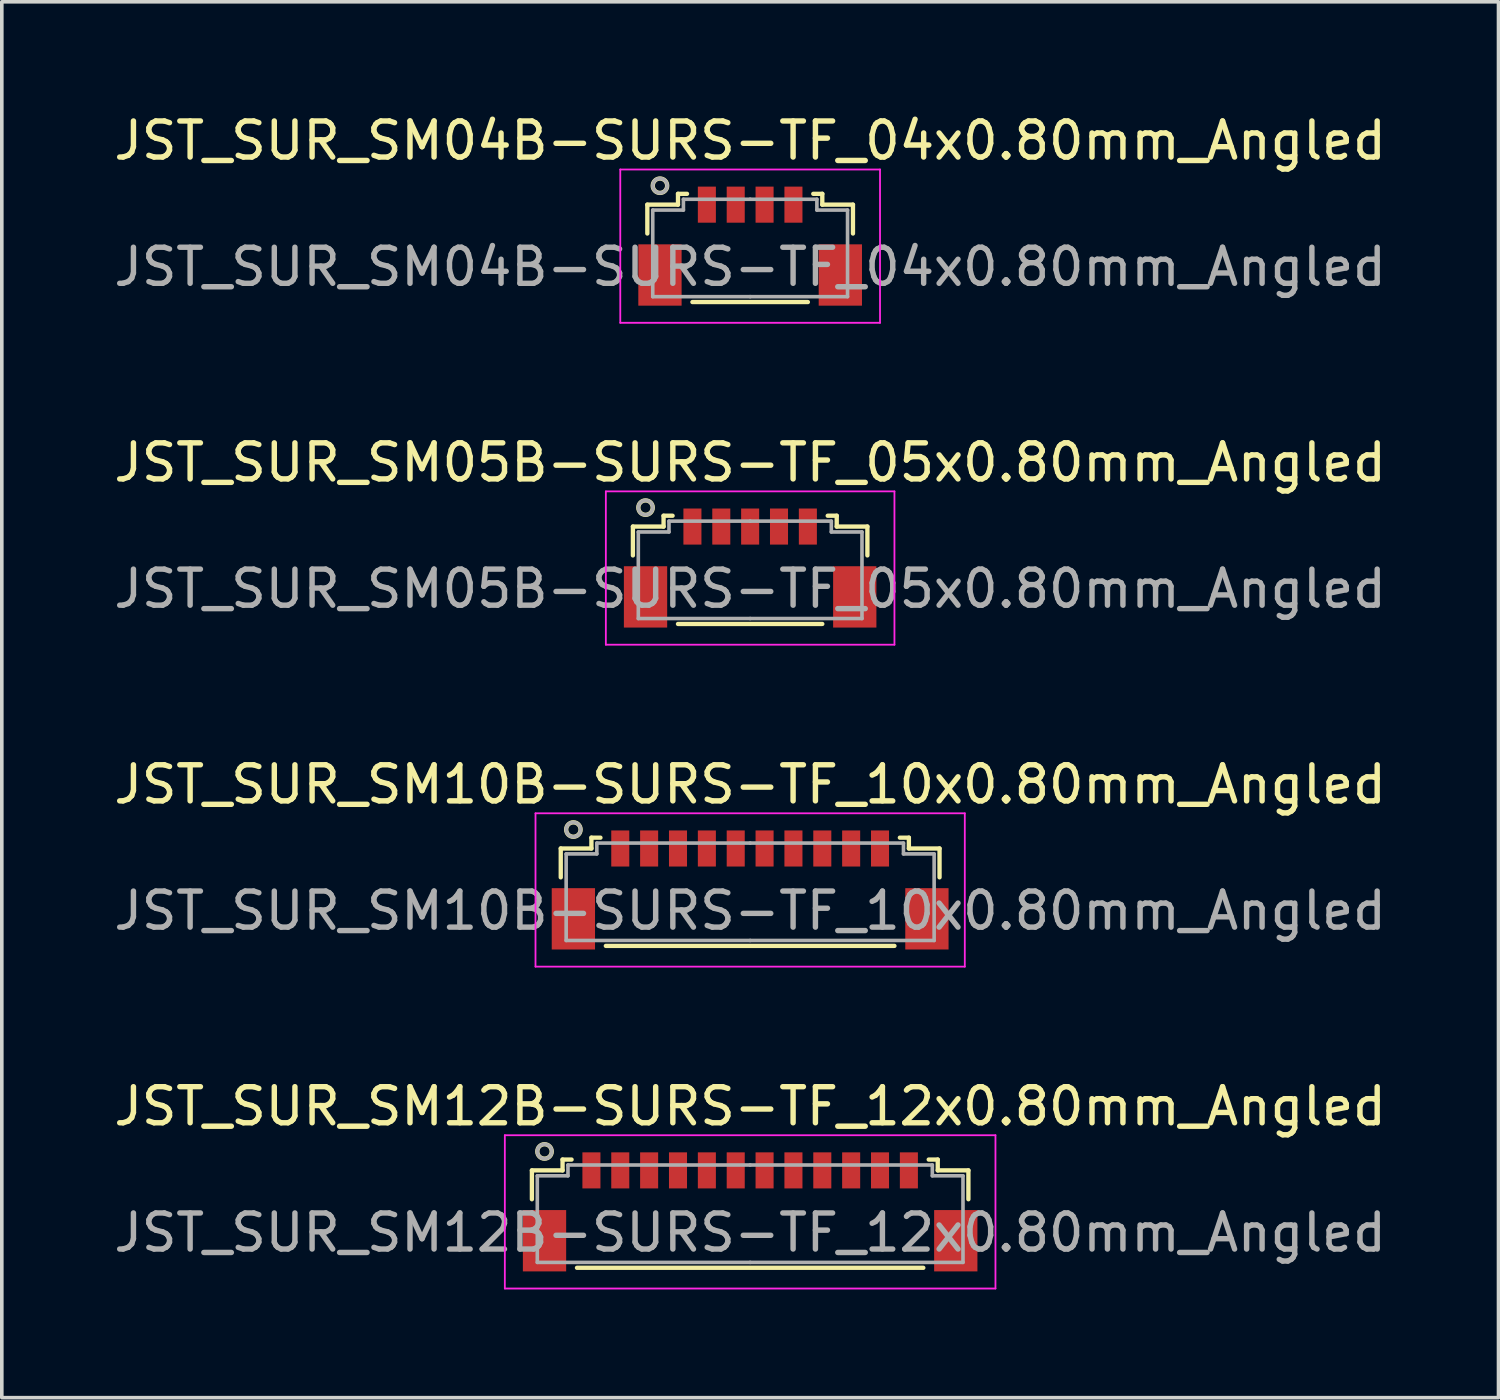
<source format=kicad_pcb>
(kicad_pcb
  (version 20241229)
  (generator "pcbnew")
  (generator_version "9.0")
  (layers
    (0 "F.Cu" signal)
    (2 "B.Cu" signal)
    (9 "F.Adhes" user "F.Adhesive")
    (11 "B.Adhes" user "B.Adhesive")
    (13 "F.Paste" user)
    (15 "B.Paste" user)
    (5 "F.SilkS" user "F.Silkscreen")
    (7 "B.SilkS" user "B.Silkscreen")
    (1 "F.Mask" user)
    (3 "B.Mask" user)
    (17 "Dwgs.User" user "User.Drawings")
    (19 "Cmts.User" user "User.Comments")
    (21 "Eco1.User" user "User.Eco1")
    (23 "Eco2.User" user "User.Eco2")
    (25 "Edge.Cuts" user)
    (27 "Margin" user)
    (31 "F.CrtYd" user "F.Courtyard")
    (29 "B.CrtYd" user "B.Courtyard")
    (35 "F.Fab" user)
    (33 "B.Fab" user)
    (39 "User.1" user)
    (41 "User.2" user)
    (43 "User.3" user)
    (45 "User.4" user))
  (footprint "JST_SUR_SM12B-SURS-TF_12x0.80mm_Angled"
    (layer "F.Cu")
    (at 17.744 30.368)
    (property "Reference" "JST_SUR_SM12B-SURS-TF_12x0.80mm_Angled" (at 0 -2.75 0) (layer "F.SilkS") (effects (font (size 1 1) (thickness 0.15))))
    (attr smd)
    (fp_line (start -6.05 -0.975) (end -6.05 -0.175) (stroke (width 0.12) (type solid)) (layer "F.SilkS"))
    (fp_line (start -5.2 -1.275) (end -5.2 -0.975) (stroke (width 0.12) (type solid)) (layer "F.SilkS"))
    (fp_line (start -5.2 -0.975) (end -6.05 -0.975) (stroke (width 0.12) (type solid)) (layer "F.SilkS"))
    (fp_line (start -4.95 -1.275) (end -5.2 -1.275) (stroke (width 0.12) (type solid)) (layer "F.SilkS"))
    (fp_line (start -4.8 1.725) (end 4.8 1.725) (stroke (width 0.12) (type solid)) (layer "F.SilkS"))
    (fp_line (start 4.95 -1.275) (end 5.2 -1.275) (stroke (width 0.12) (type solid)) (layer "F.SilkS"))
    (fp_line (start 5.2 -1.275) (end 5.2 -0.975) (stroke (width 0.12) (type solid)) (layer "F.SilkS"))
    (fp_line (start 5.2 -0.975) (end 6.05 -0.975) (stroke (width 0.12) (type solid)) (layer "F.SilkS"))
    (fp_line (start 6.05 -0.975) (end 6.05 -0.175) (stroke (width 0.12) (type solid)) (layer "F.SilkS"))
    (fp_circle (center -5.7 -1.5) (end -5.5 -1.5) (stroke (width 0.12) (type solid)) (fill no) (layer "F.SilkS"))
    (fp_line (start -6.8 -1.95) (end 6.8 -1.95) (stroke (width 0.05) (type solid)) (layer "F.CrtYd"))
    (fp_line (start -6.8 2.3) (end -6.8 -1.95) (stroke (width 0.05) (type solid)) (layer "F.CrtYd"))
    (fp_line (start 6.8 -1.95) (end 6.8 2.3) (stroke (width 0.05) (type solid)) (layer "F.CrtYd"))
    (fp_line (start 6.8 2.3) (end -6.8 2.3) (stroke (width 0.05) (type solid)) (layer "F.CrtYd"))
    (fp_line (start -5.9 -0.825) (end -5.9 1.575) (stroke (width 0.1) (type solid)) (layer "F.Fab"))
    (fp_line (start -5.9 1.575) (end 0 1.575) (stroke (width 0.1) (type solid)) (layer "F.Fab"))
    (fp_line (start -5.05 -1.125) (end -5.05 -0.825) (stroke (width 0.1) (type solid)) (layer "F.Fab"))
    (fp_line (start -5.05 -0.825) (end -5.9 -0.825) (stroke (width 0.1) (type solid)) (layer "F.Fab"))
    (fp_line (start 0 -1.125) (end -5.05 -1.125) (stroke (width 0.1) (type solid)) (layer "F.Fab"))
    (fp_line (start 0 -1.125) (end 5.05 -1.125) (stroke (width 0.1) (type solid)) (layer "F.Fab"))
    (fp_line (start 5.05 -1.125) (end 5.05 -0.825) (stroke (width 0.1) (type solid)) (layer "F.Fab"))
    (fp_line (start 5.05 -0.825) (end 5.9 -0.825) (stroke (width 0.1) (type solid)) (layer "F.Fab"))
    (fp_line (start 5.9 -0.825) (end 5.9 1.575) (stroke (width 0.1) (type solid)) (layer "F.Fab"))
    (fp_line (start 5.9 1.575) (end 0 1.575) (stroke (width 0.1) (type solid)) (layer "F.Fab"))
    (fp_circle (center -5.7 -1.5) (end -5.5 -1.5) (stroke (width 0.1) (type solid)) (fill no) (layer "F.Fab"))
    (fp_text user "${REFERENCE}" (at 0 0.75 0) (layer "F.Fab") (effects (font (size 1 1) (thickness 0.15))))
    (pad "" smd rect (at -5.7 0.975) (size 1.2 1.7) (layers "F.Cu" "F.Mask" "F.Paste"))
    (pad "" smd rect (at 5.7 0.975) (size 1.2 1.7) (layers "F.Cu" "F.Mask" "F.Paste"))
    (pad "1" smd rect (at -4.4 -0.975) (size 0.5 1) (layers "F.Cu" "F.Mask" "F.Paste"))
    (pad "2" smd rect (at -3.6 -0.975) (size 0.5 1) (layers "F.Cu" "F.Mask" "F.Paste"))
    (pad "3" smd rect (at -2.8 -0.975) (size 0.5 1) (layers "F.Cu" "F.Mask" "F.Paste"))
    (pad "4" smd rect (at -2 -0.975) (size 0.5 1) (layers "F.Cu" "F.Mask" "F.Paste"))
    (pad "5" smd rect (at -1.2 -0.975) (size 0.5 1) (layers "F.Cu" "F.Mask" "F.Paste"))
    (pad "6" smd rect (at -0.4 -0.975) (size 0.5 1) (layers "F.Cu" "F.Mask" "F.Paste"))
    (pad "7" smd rect (at 0.4 -0.975) (size 0.5 1) (layers "F.Cu" "F.Mask" "F.Paste"))
    (pad "8" smd rect (at 1.2 -0.975) (size 0.5 1) (layers "F.Cu" "F.Mask" "F.Paste"))
    (pad "9" smd rect (at 2 -0.975) (size 0.5 1) (layers "F.Cu" "F.Mask" "F.Paste"))
    (pad "10" smd rect (at 2.8 -0.975) (size 0.5 1) (layers "F.Cu" "F.Mask" "F.Paste"))
    (pad "11" smd rect (at 3.6 -0.975) (size 0.5 1) (layers "F.Cu" "F.Mask" "F.Paste"))
    (pad "12" smd rect (at 4.4 -0.975) (size 0.5 1) (layers "F.Cu" "F.Mask" "F.Paste")))
  (footprint "JST_SUR_SM05B-SURS-TF_05x0.80mm_Angled"
    (layer "F.Cu")
    (at 17.744 12.521)
    (property "Reference" "JST_SUR_SM05B-SURS-TF_05x0.80mm_Angled" (at 0 -2.75 0) (layer "F.SilkS") (effects (font (size 1 1) (thickness 0.15))))
    (attr smd)
    (fp_line (start -3.25 -0.975) (end -3.25 -0.175) (stroke (width 0.12) (type solid)) (layer "F.SilkS"))
    (fp_line (start -2.4 -1.275) (end -2.4 -0.975) (stroke (width 0.12) (type solid)) (layer "F.SilkS"))
    (fp_line (start -2.4 -0.975) (end -3.25 -0.975) (stroke (width 0.12) (type solid)) (layer "F.SilkS"))
    (fp_line (start -2.15 -1.275) (end -2.4 -1.275) (stroke (width 0.12) (type solid)) (layer "F.SilkS"))
    (fp_line (start -2 1.725) (end 2 1.725) (stroke (width 0.12) (type solid)) (layer "F.SilkS"))
    (fp_line (start 2.15 -1.275) (end 2.4 -1.275) (stroke (width 0.12) (type solid)) (layer "F.SilkS"))
    (fp_line (start 2.4 -1.275) (end 2.4 -0.975) (stroke (width 0.12) (type solid)) (layer "F.SilkS"))
    (fp_line (start 2.4 -0.975) (end 3.25 -0.975) (stroke (width 0.12) (type solid)) (layer "F.SilkS"))
    (fp_line (start 3.25 -0.975) (end 3.25 -0.175) (stroke (width 0.12) (type solid)) (layer "F.SilkS"))
    (fp_circle (center -2.9 -1.5) (end -2.7 -1.5) (stroke (width 0.12) (type solid)) (fill no) (layer "F.SilkS"))
    (fp_line (start -4 -1.95) (end 4 -1.95) (stroke (width 0.05) (type solid)) (layer "F.CrtYd"))
    (fp_line (start -4 2.3) (end -4 -1.95) (stroke (width 0.05) (type solid)) (layer "F.CrtYd"))
    (fp_line (start 4 -1.95) (end 4 2.3) (stroke (width 0.05) (type solid)) (layer "F.CrtYd"))
    (fp_line (start 4 2.3) (end -4 2.3) (stroke (width 0.05) (type solid)) (layer "F.CrtYd"))
    (fp_line (start -3.1 -0.825) (end -3.1 1.575) (stroke (width 0.1) (type solid)) (layer "F.Fab"))
    (fp_line (start -3.1 1.575) (end 0 1.575) (stroke (width 0.1) (type solid)) (layer "F.Fab"))
    (fp_line (start -2.25 -1.125) (end -2.25 -0.825) (stroke (width 0.1) (type solid)) (layer "F.Fab"))
    (fp_line (start -2.25 -0.825) (end -3.1 -0.825) (stroke (width 0.1) (type solid)) (layer "F.Fab"))
    (fp_line (start 0 -1.125) (end -2.25 -1.125) (stroke (width 0.1) (type solid)) (layer "F.Fab"))
    (fp_line (start 0 -1.125) (end 2.25 -1.125) (stroke (width 0.1) (type solid)) (layer "F.Fab"))
    (fp_line (start 2.25 -1.125) (end 2.25 -0.825) (stroke (width 0.1) (type solid)) (layer "F.Fab"))
    (fp_line (start 2.25 -0.825) (end 3.1 -0.825) (stroke (width 0.1) (type solid)) (layer "F.Fab"))
    (fp_line (start 3.1 -0.825) (end 3.1 1.575) (stroke (width 0.1) (type solid)) (layer "F.Fab"))
    (fp_line (start 3.1 1.575) (end 0 1.575) (stroke (width 0.1) (type solid)) (layer "F.Fab"))
    (fp_circle (center -2.9 -1.5) (end -2.7 -1.5) (stroke (width 0.1) (type solid)) (fill no) (layer "F.Fab"))
    (fp_text user "${REFERENCE}" (at 0 0.75 0) (layer "F.Fab") (effects (font (size 1 1) (thickness 0.15))))
    (pad "" smd rect (at -2.9 0.975) (size 1.2 1.7) (layers "F.Cu" "F.Mask" "F.Paste"))
    (pad "" smd rect (at 2.9 0.975) (size 1.2 1.7) (layers "F.Cu" "F.Mask" "F.Paste"))
    (pad "1" smd rect (at -1.6 -0.975) (size 0.5 1) (layers "F.Cu" "F.Mask" "F.Paste"))
    (pad "2" smd rect (at -0.8 -0.975) (size 0.5 1) (layers "F.Cu" "F.Mask" "F.Paste"))
    (pad "3" smd rect (at 0 -0.975) (size 0.5 1) (layers "F.Cu" "F.Mask" "F.Paste"))
    (pad "4" smd rect (at 0.8 -0.975) (size 0.5 1) (layers "F.Cu" "F.Mask" "F.Paste"))
    (pad "5" smd rect (at 1.6 -0.975) (size 0.5 1) (layers "F.Cu" "F.Mask" "F.Paste")))
  (footprint "JST_SUR_SM10B-SURS-TF_10x0.80mm_Angled"
    (layer "F.Cu")
    (at 17.744 21.445)
    (property "Reference" "JST_SUR_SM10B-SURS-TF_10x0.80mm_Angled" (at 0 -2.75 0) (layer "F.SilkS") (effects (font (size 1 1) (thickness 0.15))))
    (attr smd)
    (fp_line (start -5.25 -0.975) (end -5.25 -0.175) (stroke (width 0.12) (type solid)) (layer "F.SilkS"))
    (fp_line (start -4.4 -1.275) (end -4.4 -0.975) (stroke (width 0.12) (type solid)) (layer "F.SilkS"))
    (fp_line (start -4.4 -0.975) (end -5.25 -0.975) (stroke (width 0.12) (type solid)) (layer "F.SilkS"))
    (fp_line (start -4.15 -1.275) (end -4.4 -1.275) (stroke (width 0.12) (type solid)) (layer "F.SilkS"))
    (fp_line (start -4 1.725) (end 4 1.725) (stroke (width 0.12) (type solid)) (layer "F.SilkS"))
    (fp_line (start 4.15 -1.275) (end 4.4 -1.275) (stroke (width 0.12) (type solid)) (layer "F.SilkS"))
    (fp_line (start 4.4 -1.275) (end 4.4 -0.975) (stroke (width 0.12) (type solid)) (layer "F.SilkS"))
    (fp_line (start 4.4 -0.975) (end 5.25 -0.975) (stroke (width 0.12) (type solid)) (layer "F.SilkS"))
    (fp_line (start 5.25 -0.975) (end 5.25 -0.175) (stroke (width 0.12) (type solid)) (layer "F.SilkS"))
    (fp_circle (center -4.9 -1.5) (end -4.7 -1.5) (stroke (width 0.12) (type solid)) (fill no) (layer "F.SilkS"))
    (fp_line (start -5.95 -1.95) (end 5.95 -1.95) (stroke (width 0.05) (type solid)) (layer "F.CrtYd"))
    (fp_line (start -5.95 2.3) (end -5.95 -1.95) (stroke (width 0.05) (type solid)) (layer "F.CrtYd"))
    (fp_line (start 5.95 -1.95) (end 5.95 2.3) (stroke (width 0.05) (type solid)) (layer "F.CrtYd"))
    (fp_line (start 5.95 2.3) (end -5.95 2.3) (stroke (width 0.05) (type solid)) (layer "F.CrtYd"))
    (fp_line (start -5.1 -0.825) (end -5.1 1.575) (stroke (width 0.1) (type solid)) (layer "F.Fab"))
    (fp_line (start -5.1 1.575) (end 0 1.575) (stroke (width 0.1) (type solid)) (layer "F.Fab"))
    (fp_line (start -4.25 -1.125) (end -4.25 -0.825) (stroke (width 0.1) (type solid)) (layer "F.Fab"))
    (fp_line (start -4.25 -0.825) (end -5.1 -0.825) (stroke (width 0.1) (type solid)) (layer "F.Fab"))
    (fp_line (start 0 -1.125) (end -4.25 -1.125) (stroke (width 0.1) (type solid)) (layer "F.Fab"))
    (fp_line (start 0 -1.125) (end 4.25 -1.125) (stroke (width 0.1) (type solid)) (layer "F.Fab"))
    (fp_line (start 4.25 -1.125) (end 4.25 -0.825) (stroke (width 0.1) (type solid)) (layer "F.Fab"))
    (fp_line (start 4.25 -0.825) (end 5.1 -0.825) (stroke (width 0.1) (type solid)) (layer "F.Fab"))
    (fp_line (start 5.1 -0.825) (end 5.1 1.575) (stroke (width 0.1) (type solid)) (layer "F.Fab"))
    (fp_line (start 5.1 1.575) (end 0 1.575) (stroke (width 0.1) (type solid)) (layer "F.Fab"))
    (fp_circle (center -4.9 -1.5) (end -4.7 -1.5) (stroke (width 0.1) (type solid)) (fill no) (layer "F.Fab"))
    (fp_text user "${REFERENCE}" (at 0 0.75 0) (layer "F.Fab") (effects (font (size 1 1) (thickness 0.15))))
    (pad "" smd rect (at -4.9 0.975) (size 1.2 1.7) (layers "F.Cu" "F.Mask" "F.Paste"))
    (pad "" smd rect (at 4.9 0.975) (size 1.2 1.7) (layers "F.Cu" "F.Mask" "F.Paste"))
    (pad "1" smd rect (at -3.6 -0.975) (size 0.5 1) (layers "F.Cu" "F.Mask" "F.Paste"))
    (pad "2" smd rect (at -2.8 -0.975) (size 0.5 1) (layers "F.Cu" "F.Mask" "F.Paste"))
    (pad "3" smd rect (at -2 -0.975) (size 0.5 1) (layers "F.Cu" "F.Mask" "F.Paste"))
    (pad "4" smd rect (at -1.2 -0.975) (size 0.5 1) (layers "F.Cu" "F.Mask" "F.Paste"))
    (pad "5" smd rect (at -0.4 -0.975) (size 0.5 1) (layers "F.Cu" "F.Mask" "F.Paste"))
    (pad "6" smd rect (at 0.4 -0.975) (size 0.5 1) (layers "F.Cu" "F.Mask" "F.Paste"))
    (pad "7" smd rect (at 1.2 -0.975) (size 0.5 1) (layers "F.Cu" "F.Mask" "F.Paste"))
    (pad "8" smd rect (at 2 -0.975) (size 0.5 1) (layers "F.Cu" "F.Mask" "F.Paste"))
    (pad "9" smd rect (at 2.8 -0.975) (size 0.5 1) (layers "F.Cu" "F.Mask" "F.Paste"))
    (pad "10" smd rect (at 3.6 -0.975) (size 0.5 1) (layers "F.Cu" "F.Mask" "F.Paste")))
  (footprint "JST_SUR_SM04B-SURS-TF_04x0.80mm_Angled"
    (layer "F.Cu")
    (at 17.744 3.598)
    (property "Reference" "JST_SUR_SM04B-SURS-TF_04x0.80mm_Angled" (at 0 -2.75 0) (layer "F.SilkS") (effects (font (size 1 1) (thickness 0.15))))
    (attr smd)
    (fp_line (start -2.85 -0.975) (end -2.85 -0.175) (stroke (width 0.12) (type solid)) (layer "F.SilkS"))
    (fp_line (start -2 -1.275) (end -2 -0.975) (stroke (width 0.12) (type solid)) (layer "F.SilkS"))
    (fp_line (start -2 -0.975) (end -2.85 -0.975) (stroke (width 0.12) (type solid)) (layer "F.SilkS"))
    (fp_line (start -1.75 -1.275) (end -2 -1.275) (stroke (width 0.12) (type solid)) (layer "F.SilkS"))
    (fp_line (start -1.6 1.725) (end 1.6 1.725) (stroke (width 0.12) (type solid)) (layer "F.SilkS"))
    (fp_line (start 1.75 -1.275) (end 2 -1.275) (stroke (width 0.12) (type solid)) (layer "F.SilkS"))
    (fp_line (start 2 -1.275) (end 2 -0.975) (stroke (width 0.12) (type solid)) (layer "F.SilkS"))
    (fp_line (start 2 -0.975) (end 2.85 -0.975) (stroke (width 0.12) (type solid)) (layer "F.SilkS"))
    (fp_line (start 2.85 -0.975) (end 2.85 -0.175) (stroke (width 0.12) (type solid)) (layer "F.SilkS"))
    (fp_circle (center -2.5 -1.5) (end -2.3 -1.5) (stroke (width 0.12) (type solid)) (fill no) (layer "F.SilkS"))
    (fp_line (start -3.6 -1.95) (end 3.6 -1.95) (stroke (width 0.05) (type solid)) (layer "F.CrtYd"))
    (fp_line (start -3.6 2.3) (end -3.6 -1.95) (stroke (width 0.05) (type solid)) (layer "F.CrtYd"))
    (fp_line (start 3.6 -1.95) (end 3.6 2.3) (stroke (width 0.05) (type solid)) (layer "F.CrtYd"))
    (fp_line (start 3.6 2.3) (end -3.6 2.3) (stroke (width 0.05) (type solid)) (layer "F.CrtYd"))
    (fp_line (start -2.7 -0.825) (end -2.7 1.575) (stroke (width 0.1) (type solid)) (layer "F.Fab"))
    (fp_line (start -2.7 1.575) (end 0 1.575) (stroke (width 0.1) (type solid)) (layer "F.Fab"))
    (fp_line (start -1.85 -1.125) (end -1.85 -0.825) (stroke (width 0.1) (type solid)) (layer "F.Fab"))
    (fp_line (start -1.85 -0.825) (end -2.7 -0.825) (stroke (width 0.1) (type solid)) (layer "F.Fab"))
    (fp_line (start 0 -1.125) (end -1.85 -1.125) (stroke (width 0.1) (type solid)) (layer "F.Fab"))
    (fp_line (start 0 -1.125) (end 1.85 -1.125) (stroke (width 0.1) (type solid)) (layer "F.Fab"))
    (fp_line (start 1.85 -1.125) (end 1.85 -0.825) (stroke (width 0.1) (type solid)) (layer "F.Fab"))
    (fp_line (start 1.85 -0.825) (end 2.7 -0.825) (stroke (width 0.1) (type solid)) (layer "F.Fab"))
    (fp_line (start 2.7 -0.825) (end 2.7 1.575) (stroke (width 0.1) (type solid)) (layer "F.Fab"))
    (fp_line (start 2.7 1.575) (end 0 1.575) (stroke (width 0.1) (type solid)) (layer "F.Fab"))
    (fp_circle (center -2.5 -1.5) (end -2.3 -1.5) (stroke (width 0.1) (type solid)) (fill no) (layer "F.Fab"))
    (fp_text user "${REFERENCE}" (at 0 0.75 0) (layer "F.Fab") (effects (font (size 1 1) (thickness 0.15))))
    (pad "" smd rect (at -2.5 0.975) (size 1.2 1.7) (layers "F.Cu" "F.Mask" "F.Paste"))
    (pad "" smd rect (at 2.5 0.975) (size 1.2 1.7) (layers "F.Cu" "F.Mask" "F.Paste"))
    (pad "1" smd rect (at -1.2 -0.975) (size 0.5 1) (layers "F.Cu" "F.Mask" "F.Paste"))
    (pad "2" smd rect (at -0.4 -0.975) (size 0.5 1) (layers "F.Cu" "F.Mask" "F.Paste"))
    (pad "3" smd rect (at 0.4 -0.975) (size 0.5 1) (layers "F.Cu" "F.Mask" "F.Paste"))
    (pad "4" smd rect (at 1.2 -0.975) (size 0.5 1) (layers "F.Cu" "F.Mask" "F.Paste")))
  (gr_rect
    (start -3 -3)
    (end 38.488 35.693)
    (stroke (width 0.1) (type default))
    (fill no)
    (layer "Edge.Cuts")))
</source>
